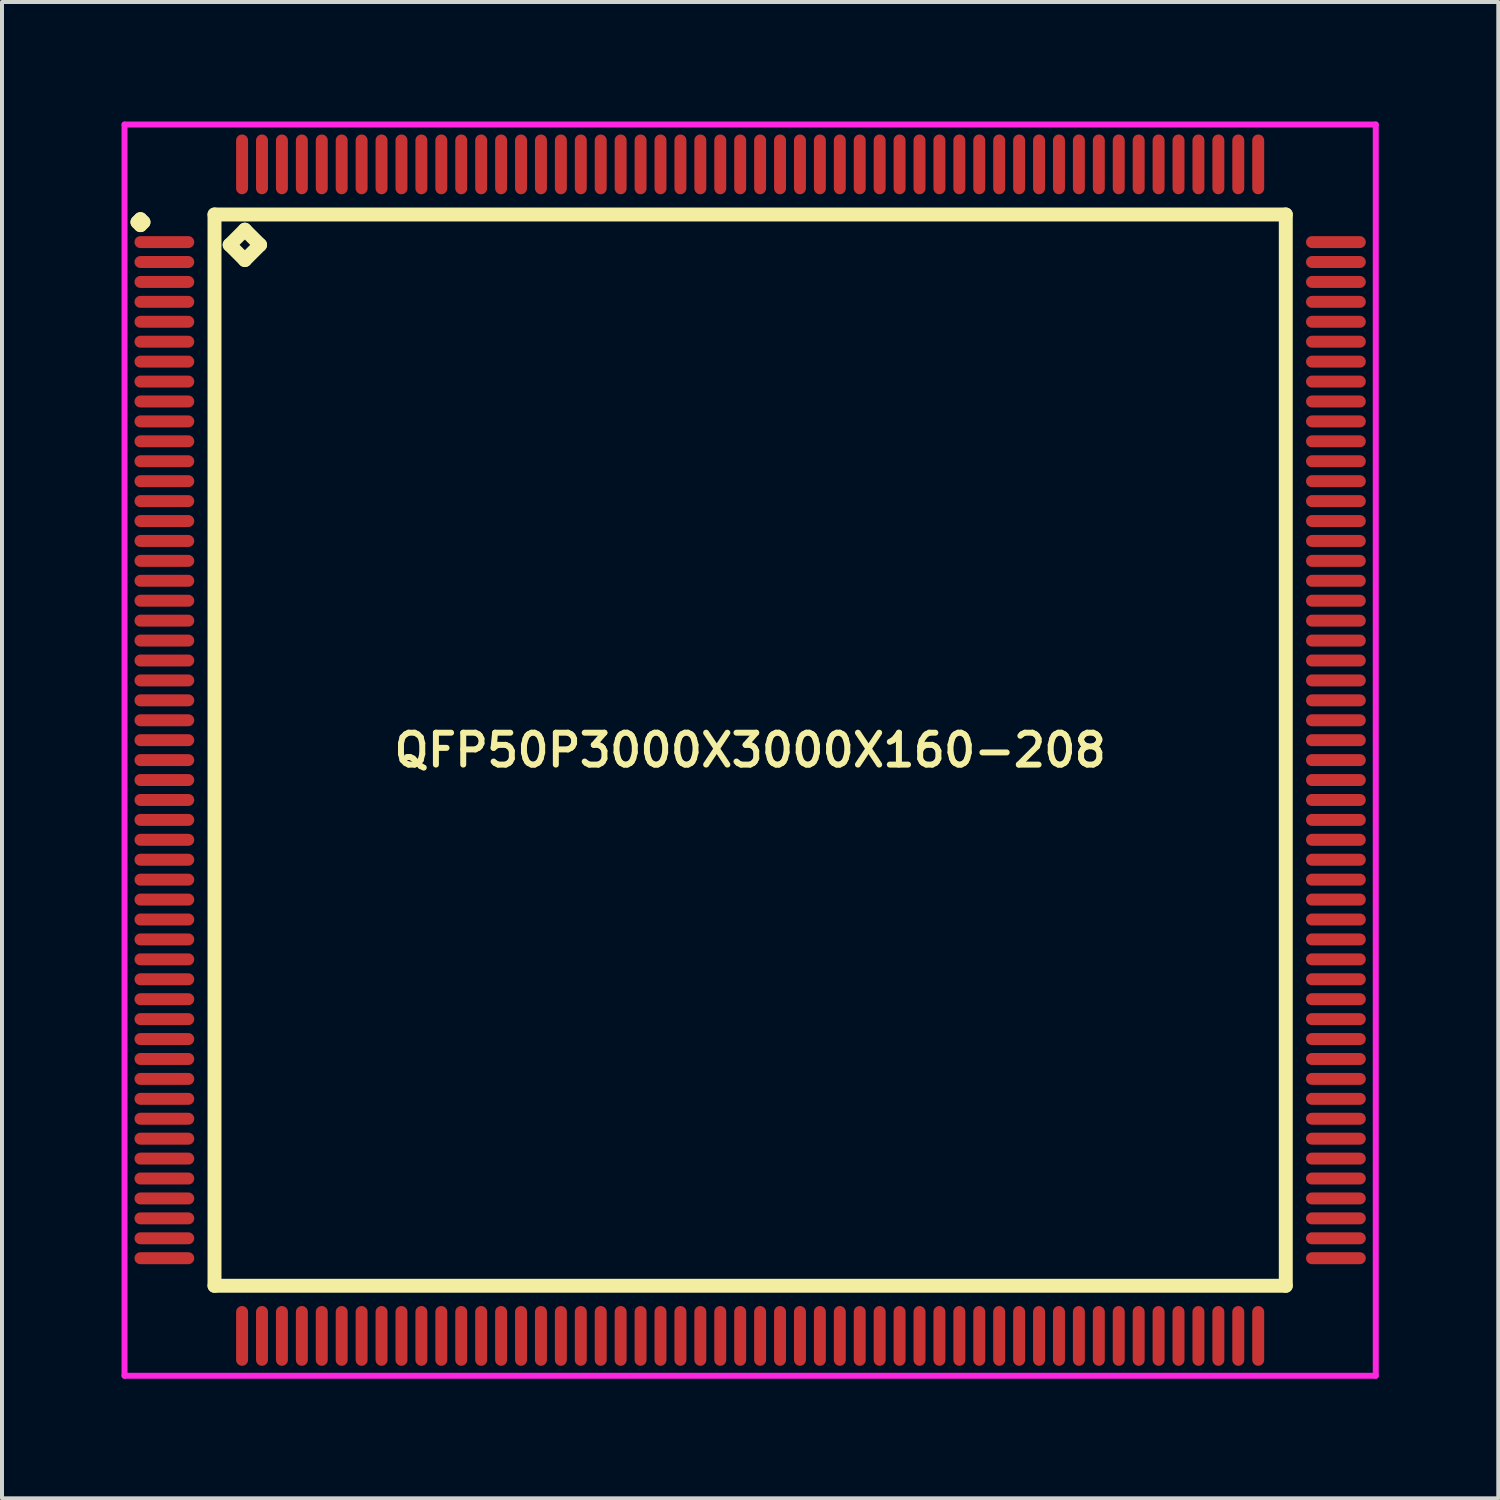
<source format=kicad_pcb>
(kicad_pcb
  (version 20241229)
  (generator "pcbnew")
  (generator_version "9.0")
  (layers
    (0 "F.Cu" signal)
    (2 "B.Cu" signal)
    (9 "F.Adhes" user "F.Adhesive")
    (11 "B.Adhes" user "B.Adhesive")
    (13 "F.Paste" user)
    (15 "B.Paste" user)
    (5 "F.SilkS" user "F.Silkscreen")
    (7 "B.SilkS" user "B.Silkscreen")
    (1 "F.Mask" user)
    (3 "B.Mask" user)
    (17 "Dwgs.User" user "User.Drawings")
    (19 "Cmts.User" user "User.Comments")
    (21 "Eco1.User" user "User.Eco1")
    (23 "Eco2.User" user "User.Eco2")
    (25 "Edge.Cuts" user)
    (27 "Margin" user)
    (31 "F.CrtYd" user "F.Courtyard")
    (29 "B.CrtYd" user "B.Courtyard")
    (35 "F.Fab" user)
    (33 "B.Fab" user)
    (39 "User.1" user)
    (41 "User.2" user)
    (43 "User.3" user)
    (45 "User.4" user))
  (footprint "QFP50P3000X3000X160-208"
    (layer "F.Cu")
    (at 15.775 15.775)
    (property "Reference" "QFP50P3000X3000X160-208" (at 0 0 0) (layer "F.SilkS") (effects (font (size 0.8 0.8) (thickness 0.15))))
    (attr smd)
    (fp_line (start -15.375 -13.25) (end -15.3 -13.325) (stroke (width 0.35) (type solid)) (layer "F.SilkS"))
    (fp_line (start -15.3 -13.325) (end -15.225 -13.25) (stroke (width 0.35) (type solid)) (layer "F.SilkS"))
    (fp_line (start -15.3 -13.175) (end -15.375 -13.25) (stroke (width 0.35) (type solid)) (layer "F.SilkS"))
    (fp_line (start -15.225 -13.25) (end -15.3 -13.175) (stroke (width 0.35) (type solid)) (layer "F.SilkS"))
    (fp_line (start -13.442 -13.442) (end -13.442 13.442) (stroke (width 0.35) (type solid)) (layer "F.SilkS"))
    (fp_line (start -13.442 13.442) (end 13.442 13.442) (stroke (width 0.35) (type solid)) (layer "F.SilkS"))
    (fp_line (start -13.061 -12.68) (end -12.68 -13.061) (stroke (width 0.35) (type solid)) (layer "F.SilkS"))
    (fp_line (start -12.68 -13.061) (end -12.299 -12.68) (stroke (width 0.35) (type solid)) (layer "F.SilkS"))
    (fp_line (start -12.68 -12.299) (end -13.061 -12.68) (stroke (width 0.35) (type solid)) (layer "F.SilkS"))
    (fp_line (start -12.299 -12.68) (end -12.68 -12.299) (stroke (width 0.35) (type solid)) (layer "F.SilkS"))
    (fp_line (start 13.442 -13.442) (end -13.442 -13.442) (stroke (width 0.35) (type solid)) (layer "F.SilkS"))
    (fp_line (start 13.442 13.442) (end 13.442 -13.442) (stroke (width 0.35) (type solid)) (layer "F.SilkS"))
    (fp_line (start -15.7 -15.7) (end 15.7 -15.7) (stroke (width 0.15) (type solid)) (layer "F.CrtYd"))
    (fp_line (start -15.7 15.7) (end -15.7 -15.7) (stroke (width 0.15) (type solid)) (layer "F.CrtYd"))
    (fp_line (start 15.7 -15.7) (end 15.7 15.7) (stroke (width 0.15) (type solid)) (layer "F.CrtYd"))
    (fp_line (start 15.7 15.7) (end -15.7 15.7) (stroke (width 0.15) (type solid)) (layer "F.CrtYd"))
    (pad "1" smd oval (at -14.7 -12.75) (size 1.5 0.3) (layers "F.Cu" "F.Mask" "F.Paste"))
    (pad "2" smd oval (at -14.7 -12.25) (size 1.5 0.3) (layers "F.Cu" "F.Mask" "F.Paste"))
    (pad "3" smd oval (at -14.7 -11.75) (size 1.5 0.3) (layers "F.Cu" "F.Mask" "F.Paste"))
    (pad "4" smd oval (at -14.7 -11.25) (size 1.5 0.3) (layers "F.Cu" "F.Mask" "F.Paste"))
    (pad "5" smd oval (at -14.7 -10.75) (size 1.5 0.3) (layers "F.Cu" "F.Mask" "F.Paste"))
    (pad "6" smd oval (at -14.7 -10.25) (size 1.5 0.3) (layers "F.Cu" "F.Mask" "F.Paste"))
    (pad "7" smd oval (at -14.7 -9.75) (size 1.5 0.3) (layers "F.Cu" "F.Mask" "F.Paste"))
    (pad "8" smd oval (at -14.7 -9.25) (size 1.5 0.3) (layers "F.Cu" "F.Mask" "F.Paste"))
    (pad "9" smd oval (at -14.7 -8.75) (size 1.5 0.3) (layers "F.Cu" "F.Mask" "F.Paste"))
    (pad "10" smd oval (at -14.7 -8.25) (size 1.5 0.3) (layers "F.Cu" "F.Mask" "F.Paste"))
    (pad "11" smd oval (at -14.7 -7.75) (size 1.5 0.3) (layers "F.Cu" "F.Mask" "F.Paste"))
    (pad "12" smd oval (at -14.7 -7.25) (size 1.5 0.3) (layers "F.Cu" "F.Mask" "F.Paste"))
    (pad "13" smd oval (at -14.7 -6.75) (size 1.5 0.3) (layers "F.Cu" "F.Mask" "F.Paste"))
    (pad "14" smd oval (at -14.7 -6.25) (size 1.5 0.3) (layers "F.Cu" "F.Mask" "F.Paste"))
    (pad "15" smd oval (at -14.7 -5.75) (size 1.5 0.3) (layers "F.Cu" "F.Mask" "F.Paste"))
    (pad "16" smd oval (at -14.7 -5.25) (size 1.5 0.3) (layers "F.Cu" "F.Mask" "F.Paste"))
    (pad "17" smd oval (at -14.7 -4.75) (size 1.5 0.3) (layers "F.Cu" "F.Mask" "F.Paste"))
    (pad "18" smd oval (at -14.7 -4.25) (size 1.5 0.3) (layers "F.Cu" "F.Mask" "F.Paste"))
    (pad "19" smd oval (at -14.7 -3.75) (size 1.5 0.3) (layers "F.Cu" "F.Mask" "F.Paste"))
    (pad "20" smd oval (at -14.7 -3.25) (size 1.5 0.3) (layers "F.Cu" "F.Mask" "F.Paste"))
    (pad "21" smd oval (at -14.7 -2.75) (size 1.5 0.3) (layers "F.Cu" "F.Mask" "F.Paste"))
    (pad "22" smd oval (at -14.7 -2.25) (size 1.5 0.3) (layers "F.Cu" "F.Mask" "F.Paste"))
    (pad "23" smd oval (at -14.7 -1.75) (size 1.5 0.3) (layers "F.Cu" "F.Mask" "F.Paste"))
    (pad "24" smd oval (at -14.7 -1.25) (size 1.5 0.3) (layers "F.Cu" "F.Mask" "F.Paste"))
    (pad "25" smd oval (at -14.7 -0.75) (size 1.5 0.3) (layers "F.Cu" "F.Mask" "F.Paste"))
    (pad "26" smd oval (at -14.7 -0.25) (size 1.5 0.3) (layers "F.Cu" "F.Mask" "F.Paste"))
    (pad "27" smd oval (at -14.7 0.25) (size 1.5 0.3) (layers "F.Cu" "F.Mask" "F.Paste"))
    (pad "28" smd oval (at -14.7 0.75) (size 1.5 0.3) (layers "F.Cu" "F.Mask" "F.Paste"))
    (pad "29" smd oval (at -14.7 1.25) (size 1.5 0.3) (layers "F.Cu" "F.Mask" "F.Paste"))
    (pad "30" smd oval (at -14.7 1.75) (size 1.5 0.3) (layers "F.Cu" "F.Mask" "F.Paste"))
    (pad "31" smd oval (at -14.7 2.25) (size 1.5 0.3) (layers "F.Cu" "F.Mask" "F.Paste"))
    (pad "32" smd oval (at -14.7 2.75) (size 1.5 0.3) (layers "F.Cu" "F.Mask" "F.Paste"))
    (pad "33" smd oval (at -14.7 3.25) (size 1.5 0.3) (layers "F.Cu" "F.Mask" "F.Paste"))
    (pad "34" smd oval (at -14.7 3.75) (size 1.5 0.3) (layers "F.Cu" "F.Mask" "F.Paste"))
    (pad "35" smd oval (at -14.7 4.25) (size 1.5 0.3) (layers "F.Cu" "F.Mask" "F.Paste"))
    (pad "36" smd oval (at -14.7 4.75) (size 1.5 0.3) (layers "F.Cu" "F.Mask" "F.Paste"))
    (pad "37" smd oval (at -14.7 5.25) (size 1.5 0.3) (layers "F.Cu" "F.Mask" "F.Paste"))
    (pad "38" smd oval (at -14.7 5.75) (size 1.5 0.3) (layers "F.Cu" "F.Mask" "F.Paste"))
    (pad "39" smd oval (at -14.7 6.25) (size 1.5 0.3) (layers "F.Cu" "F.Mask" "F.Paste"))
    (pad "40" smd oval (at -14.7 6.75) (size 1.5 0.3) (layers "F.Cu" "F.Mask" "F.Paste"))
    (pad "41" smd oval (at -14.7 7.25) (size 1.5 0.3) (layers "F.Cu" "F.Mask" "F.Paste"))
    (pad "42" smd oval (at -14.7 7.75) (size 1.5 0.3) (layers "F.Cu" "F.Mask" "F.Paste"))
    (pad "43" smd oval (at -14.7 8.25) (size 1.5 0.3) (layers "F.Cu" "F.Mask" "F.Paste"))
    (pad "44" smd oval (at -14.7 8.75) (size 1.5 0.3) (layers "F.Cu" "F.Mask" "F.Paste"))
    (pad "45" smd oval (at -14.7 9.25) (size 1.5 0.3) (layers "F.Cu" "F.Mask" "F.Paste"))
    (pad "46" smd oval (at -14.7 9.75) (size 1.5 0.3) (layers "F.Cu" "F.Mask" "F.Paste"))
    (pad "47" smd oval (at -14.7 10.25) (size 1.5 0.3) (layers "F.Cu" "F.Mask" "F.Paste"))
    (pad "48" smd oval (at -14.7 10.75) (size 1.5 0.3) (layers "F.Cu" "F.Mask" "F.Paste"))
    (pad "49" smd oval (at -14.7 11.25) (size 1.5 0.3) (layers "F.Cu" "F.Mask" "F.Paste"))
    (pad "50" smd oval (at -14.7 11.75) (size 1.5 0.3) (layers "F.Cu" "F.Mask" "F.Paste"))
    (pad "51" smd oval (at -14.7 12.25) (size 1.5 0.3) (layers "F.Cu" "F.Mask" "F.Paste"))
    (pad "52" smd oval (at -14.7 12.75) (size 1.5 0.3) (layers "F.Cu" "F.Mask" "F.Paste"))
    (pad "53" smd oval (at -12.75 14.7) (size 0.3 1.5) (layers "F.Cu" "F.Mask" "F.Paste"))
    (pad "54" smd oval (at -12.25 14.7) (size 0.3 1.5) (layers "F.Cu" "F.Mask" "F.Paste"))
    (pad "55" smd oval (at -11.75 14.7) (size 0.3 1.5) (layers "F.Cu" "F.Mask" "F.Paste"))
    (pad "56" smd oval (at -11.25 14.7) (size 0.3 1.5) (layers "F.Cu" "F.Mask" "F.Paste"))
    (pad "57" smd oval (at -10.75 14.7) (size 0.3 1.5) (layers "F.Cu" "F.Mask" "F.Paste"))
    (pad "58" smd oval (at -10.25 14.7) (size 0.3 1.5) (layers "F.Cu" "F.Mask" "F.Paste"))
    (pad "59" smd oval (at -9.75 14.7) (size 0.3 1.5) (layers "F.Cu" "F.Mask" "F.Paste"))
    (pad "60" smd oval (at -9.25 14.7) (size 0.3 1.5) (layers "F.Cu" "F.Mask" "F.Paste"))
    (pad "61" smd oval (at -8.75 14.7) (size 0.3 1.5) (layers "F.Cu" "F.Mask" "F.Paste"))
    (pad "62" smd oval (at -8.25 14.7) (size 0.3 1.5) (layers "F.Cu" "F.Mask" "F.Paste"))
    (pad "63" smd oval (at -7.75 14.7) (size 0.3 1.5) (layers "F.Cu" "F.Mask" "F.Paste"))
    (pad "64" smd oval (at -7.25 14.7) (size 0.3 1.5) (layers "F.Cu" "F.Mask" "F.Paste"))
    (pad "65" smd oval (at -6.75 14.7) (size 0.3 1.5) (layers "F.Cu" "F.Mask" "F.Paste"))
    (pad "66" smd oval (at -6.25 14.7) (size 0.3 1.5) (layers "F.Cu" "F.Mask" "F.Paste"))
    (pad "67" smd oval (at -5.75 14.7) (size 0.3 1.5) (layers "F.Cu" "F.Mask" "F.Paste"))
    (pad "68" smd oval (at -5.25 14.7) (size 0.3 1.5) (layers "F.Cu" "F.Mask" "F.Paste"))
    (pad "69" smd oval (at -4.75 14.7) (size 0.3 1.5) (layers "F.Cu" "F.Mask" "F.Paste"))
    (pad "70" smd oval (at -4.25 14.7) (size 0.3 1.5) (layers "F.Cu" "F.Mask" "F.Paste"))
    (pad "71" smd oval (at -3.75 14.7) (size 0.3 1.5) (layers "F.Cu" "F.Mask" "F.Paste"))
    (pad "72" smd oval (at -3.25 14.7) (size 0.3 1.5) (layers "F.Cu" "F.Mask" "F.Paste"))
    (pad "73" smd oval (at -2.75 14.7) (size 0.3 1.5) (layers "F.Cu" "F.Mask" "F.Paste"))
    (pad "74" smd oval (at -2.25 14.7) (size 0.3 1.5) (layers "F.Cu" "F.Mask" "F.Paste"))
    (pad "75" smd oval (at -1.75 14.7) (size 0.3 1.5) (layers "F.Cu" "F.Mask" "F.Paste"))
    (pad "76" smd oval (at -1.25 14.7) (size 0.3 1.5) (layers "F.Cu" "F.Mask" "F.Paste"))
    (pad "77" smd oval (at -0.75 14.7) (size 0.3 1.5) (layers "F.Cu" "F.Mask" "F.Paste"))
    (pad "78" smd oval (at -0.25 14.7) (size 0.3 1.5) (layers "F.Cu" "F.Mask" "F.Paste"))
    (pad "79" smd oval (at 0.25 14.7) (size 0.3 1.5) (layers "F.Cu" "F.Mask" "F.Paste"))
    (pad "80" smd oval (at 0.75 14.7) (size 0.3 1.5) (layers "F.Cu" "F.Mask" "F.Paste"))
    (pad "81" smd oval (at 1.25 14.7) (size 0.3 1.5) (layers "F.Cu" "F.Mask" "F.Paste"))
    (pad "82" smd oval (at 1.75 14.7) (size 0.3 1.5) (layers "F.Cu" "F.Mask" "F.Paste"))
    (pad "83" smd oval (at 2.25 14.7) (size 0.3 1.5) (layers "F.Cu" "F.Mask" "F.Paste"))
    (pad "84" smd oval (at 2.75 14.7) (size 0.3 1.5) (layers "F.Cu" "F.Mask" "F.Paste"))
    (pad "85" smd oval (at 3.25 14.7) (size 0.3 1.5) (layers "F.Cu" "F.Mask" "F.Paste"))
    (pad "86" smd oval (at 3.75 14.7) (size 0.3 1.5) (layers "F.Cu" "F.Mask" "F.Paste"))
    (pad "87" smd oval (at 4.25 14.7) (size 0.3 1.5) (layers "F.Cu" "F.Mask" "F.Paste"))
    (pad "88" smd oval (at 4.75 14.7) (size 0.3 1.5) (layers "F.Cu" "F.Mask" "F.Paste"))
    (pad "89" smd oval (at 5.25 14.7) (size 0.3 1.5) (layers "F.Cu" "F.Mask" "F.Paste"))
    (pad "90" smd oval (at 5.75 14.7) (size 0.3 1.5) (layers "F.Cu" "F.Mask" "F.Paste"))
    (pad "91" smd oval (at 6.25 14.7) (size 0.3 1.5) (layers "F.Cu" "F.Mask" "F.Paste"))
    (pad "92" smd oval (at 6.75 14.7) (size 0.3 1.5) (layers "F.Cu" "F.Mask" "F.Paste"))
    (pad "93" smd oval (at 7.25 14.7) (size 0.3 1.5) (layers "F.Cu" "F.Mask" "F.Paste"))
    (pad "94" smd oval (at 7.75 14.7) (size 0.3 1.5) (layers "F.Cu" "F.Mask" "F.Paste"))
    (pad "95" smd oval (at 8.25 14.7) (size 0.3 1.5) (layers "F.Cu" "F.Mask" "F.Paste"))
    (pad "96" smd oval (at 8.75 14.7) (size 0.3 1.5) (layers "F.Cu" "F.Mask" "F.Paste"))
    (pad "97" smd oval (at 9.25 14.7) (size 0.3 1.5) (layers "F.Cu" "F.Mask" "F.Paste"))
    (pad "98" smd oval (at 9.75 14.7) (size 0.3 1.5) (layers "F.Cu" "F.Mask" "F.Paste"))
    (pad "99" smd oval (at 10.25 14.7) (size 0.3 1.5) (layers "F.Cu" "F.Mask" "F.Paste"))
    (pad "100" smd oval (at 10.75 14.7) (size 0.3 1.5) (layers "F.Cu" "F.Mask" "F.Paste"))
    (pad "101" smd oval (at 11.25 14.7) (size 0.3 1.5) (layers "F.Cu" "F.Mask" "F.Paste"))
    (pad "102" smd oval (at 11.75 14.7) (size 0.3 1.5) (layers "F.Cu" "F.Mask" "F.Paste"))
    (pad "103" smd oval (at 12.25 14.7) (size 0.3 1.5) (layers "F.Cu" "F.Mask" "F.Paste"))
    (pad "104" smd oval (at 12.75 14.7) (size 0.3 1.5) (layers "F.Cu" "F.Mask" "F.Paste"))
    (pad "105" smd oval (at 14.7 12.75) (size 1.5 0.3) (layers "F.Cu" "F.Mask" "F.Paste"))
    (pad "106" smd oval (at 14.7 12.25) (size 1.5 0.3) (layers "F.Cu" "F.Mask" "F.Paste"))
    (pad "107" smd oval (at 14.7 11.75) (size 1.5 0.3) (layers "F.Cu" "F.Mask" "F.Paste"))
    (pad "108" smd oval (at 14.7 11.25) (size 1.5 0.3) (layers "F.Cu" "F.Mask" "F.Paste"))
    (pad "109" smd oval (at 14.7 10.75) (size 1.5 0.3) (layers "F.Cu" "F.Mask" "F.Paste"))
    (pad "110" smd oval (at 14.7 10.25) (size 1.5 0.3) (layers "F.Cu" "F.Mask" "F.Paste"))
    (pad "111" smd oval (at 14.7 9.75) (size 1.5 0.3) (layers "F.Cu" "F.Mask" "F.Paste"))
    (pad "112" smd oval (at 14.7 9.25) (size 1.5 0.3) (layers "F.Cu" "F.Mask" "F.Paste"))
    (pad "113" smd oval (at 14.7 8.75) (size 1.5 0.3) (layers "F.Cu" "F.Mask" "F.Paste"))
    (pad "114" smd oval (at 14.7 8.25) (size 1.5 0.3) (layers "F.Cu" "F.Mask" "F.Paste"))
    (pad "115" smd oval (at 14.7 7.75) (size 1.5 0.3) (layers "F.Cu" "F.Mask" "F.Paste"))
    (pad "116" smd oval (at 14.7 7.25) (size 1.5 0.3) (layers "F.Cu" "F.Mask" "F.Paste"))
    (pad "117" smd oval (at 14.7 6.75) (size 1.5 0.3) (layers "F.Cu" "F.Mask" "F.Paste"))
    (pad "118" smd oval (at 14.7 6.25) (size 1.5 0.3) (layers "F.Cu" "F.Mask" "F.Paste"))
    (pad "119" smd oval (at 14.7 5.75) (size 1.5 0.3) (layers "F.Cu" "F.Mask" "F.Paste"))
    (pad "120" smd oval (at 14.7 5.25) (size 1.5 0.3) (layers "F.Cu" "F.Mask" "F.Paste"))
    (pad "121" smd oval (at 14.7 4.75) (size 1.5 0.3) (layers "F.Cu" "F.Mask" "F.Paste"))
    (pad "122" smd oval (at 14.7 4.25) (size 1.5 0.3) (layers "F.Cu" "F.Mask" "F.Paste"))
    (pad "123" smd oval (at 14.7 3.75) (size 1.5 0.3) (layers "F.Cu" "F.Mask" "F.Paste"))
    (pad "124" smd oval (at 14.7 3.25) (size 1.5 0.3) (layers "F.Cu" "F.Mask" "F.Paste"))
    (pad "125" smd oval (at 14.7 2.75) (size 1.5 0.3) (layers "F.Cu" "F.Mask" "F.Paste"))
    (pad "126" smd oval (at 14.7 2.25) (size 1.5 0.3) (layers "F.Cu" "F.Mask" "F.Paste"))
    (pad "127" smd oval (at 14.7 1.75) (size 1.5 0.3) (layers "F.Cu" "F.Mask" "F.Paste"))
    (pad "128" smd oval (at 14.7 1.25) (size 1.5 0.3) (layers "F.Cu" "F.Mask" "F.Paste"))
    (pad "129" smd oval (at 14.7 0.75) (size 1.5 0.3) (layers "F.Cu" "F.Mask" "F.Paste"))
    (pad "130" smd oval (at 14.7 0.25) (size 1.5 0.3) (layers "F.Cu" "F.Mask" "F.Paste"))
    (pad "131" smd oval (at 14.7 -0.25) (size 1.5 0.3) (layers "F.Cu" "F.Mask" "F.Paste"))
    (pad "132" smd oval (at 14.7 -0.75) (size 1.5 0.3) (layers "F.Cu" "F.Mask" "F.Paste"))
    (pad "133" smd oval (at 14.7 -1.25) (size 1.5 0.3) (layers "F.Cu" "F.Mask" "F.Paste"))
    (pad "134" smd oval (at 14.7 -1.75) (size 1.5 0.3) (layers "F.Cu" "F.Mask" "F.Paste"))
    (pad "135" smd oval (at 14.7 -2.25) (size 1.5 0.3) (layers "F.Cu" "F.Mask" "F.Paste"))
    (pad "136" smd oval (at 14.7 -2.75) (size 1.5 0.3) (layers "F.Cu" "F.Mask" "F.Paste"))
    (pad "137" smd oval (at 14.7 -3.25) (size 1.5 0.3) (layers "F.Cu" "F.Mask" "F.Paste"))
    (pad "138" smd oval (at 14.7 -3.75) (size 1.5 0.3) (layers "F.Cu" "F.Mask" "F.Paste"))
    (pad "139" smd oval (at 14.7 -4.25) (size 1.5 0.3) (layers "F.Cu" "F.Mask" "F.Paste"))
    (pad "140" smd oval (at 14.7 -4.75) (size 1.5 0.3) (layers "F.Cu" "F.Mask" "F.Paste"))
    (pad "141" smd oval (at 14.7 -5.25) (size 1.5 0.3) (layers "F.Cu" "F.Mask" "F.Paste"))
    (pad "142" smd oval (at 14.7 -5.75) (size 1.5 0.3) (layers "F.Cu" "F.Mask" "F.Paste"))
    (pad "143" smd oval (at 14.7 -6.25) (size 1.5 0.3) (layers "F.Cu" "F.Mask" "F.Paste"))
    (pad "144" smd oval (at 14.7 -6.75) (size 1.5 0.3) (layers "F.Cu" "F.Mask" "F.Paste"))
    (pad "145" smd oval (at 14.7 -7.25) (size 1.5 0.3) (layers "F.Cu" "F.Mask" "F.Paste"))
    (pad "146" smd oval (at 14.7 -7.75) (size 1.5 0.3) (layers "F.Cu" "F.Mask" "F.Paste"))
    (pad "147" smd oval (at 14.7 -8.25) (size 1.5 0.3) (layers "F.Cu" "F.Mask" "F.Paste"))
    (pad "148" smd oval (at 14.7 -8.75) (size 1.5 0.3) (layers "F.Cu" "F.Mask" "F.Paste"))
    (pad "149" smd oval (at 14.7 -9.25) (size 1.5 0.3) (layers "F.Cu" "F.Mask" "F.Paste"))
    (pad "150" smd oval (at 14.7 -9.75) (size 1.5 0.3) (layers "F.Cu" "F.Mask" "F.Paste"))
    (pad "151" smd oval (at 14.7 -10.25) (size 1.5 0.3) (layers "F.Cu" "F.Mask" "F.Paste"))
    (pad "152" smd oval (at 14.7 -10.75) (size 1.5 0.3) (layers "F.Cu" "F.Mask" "F.Paste"))
    (pad "153" smd oval (at 14.7 -11.25) (size 1.5 0.3) (layers "F.Cu" "F.Mask" "F.Paste"))
    (pad "154" smd oval (at 14.7 -11.75) (size 1.5 0.3) (layers "F.Cu" "F.Mask" "F.Paste"))
    (pad "155" smd oval (at 14.7 -12.25) (size 1.5 0.3) (layers "F.Cu" "F.Mask" "F.Paste"))
    (pad "156" smd oval (at 14.7 -12.75) (size 1.5 0.3) (layers "F.Cu" "F.Mask" "F.Paste"))
    (pad "157" smd oval (at 12.75 -14.7) (size 0.3 1.5) (layers "F.Cu" "F.Mask" "F.Paste"))
    (pad "158" smd oval (at 12.25 -14.7) (size 0.3 1.5) (layers "F.Cu" "F.Mask" "F.Paste"))
    (pad "159" smd oval (at 11.75 -14.7) (size 0.3 1.5) (layers "F.Cu" "F.Mask" "F.Paste"))
    (pad "160" smd oval (at 11.25 -14.7) (size 0.3 1.5) (layers "F.Cu" "F.Mask" "F.Paste"))
    (pad "161" smd oval (at 10.75 -14.7) (size 0.3 1.5) (layers "F.Cu" "F.Mask" "F.Paste"))
    (pad "162" smd oval (at 10.25 -14.7) (size 0.3 1.5) (layers "F.Cu" "F.Mask" "F.Paste"))
    (pad "163" smd oval (at 9.75 -14.7) (size 0.3 1.5) (layers "F.Cu" "F.Mask" "F.Paste"))
    (pad "164" smd oval (at 9.25 -14.7) (size 0.3 1.5) (layers "F.Cu" "F.Mask" "F.Paste"))
    (pad "165" smd oval (at 8.75 -14.7) (size 0.3 1.5) (layers "F.Cu" "F.Mask" "F.Paste"))
    (pad "166" smd oval (at 8.25 -14.7) (size 0.3 1.5) (layers "F.Cu" "F.Mask" "F.Paste"))
    (pad "167" smd oval (at 7.75 -14.7) (size 0.3 1.5) (layers "F.Cu" "F.Mask" "F.Paste"))
    (pad "168" smd oval (at 7.25 -14.7) (size 0.3 1.5) (layers "F.Cu" "F.Mask" "F.Paste"))
    (pad "169" smd oval (at 6.75 -14.7) (size 0.3 1.5) (layers "F.Cu" "F.Mask" "F.Paste"))
    (pad "170" smd oval (at 6.25 -14.7) (size 0.3 1.5) (layers "F.Cu" "F.Mask" "F.Paste"))
    (pad "171" smd oval (at 5.75 -14.7) (size 0.3 1.5) (layers "F.Cu" "F.Mask" "F.Paste"))
    (pad "172" smd oval (at 5.25 -14.7) (size 0.3 1.5) (layers "F.Cu" "F.Mask" "F.Paste"))
    (pad "173" smd oval (at 4.75 -14.7) (size 0.3 1.5) (layers "F.Cu" "F.Mask" "F.Paste"))
    (pad "174" smd oval (at 4.25 -14.7) (size 0.3 1.5) (layers "F.Cu" "F.Mask" "F.Paste"))
    (pad "175" smd oval (at 3.75 -14.7) (size 0.3 1.5) (layers "F.Cu" "F.Mask" "F.Paste"))
    (pad "176" smd oval (at 3.25 -14.7) (size 0.3 1.5) (layers "F.Cu" "F.Mask" "F.Paste"))
    (pad "177" smd oval (at 2.75 -14.7) (size 0.3 1.5) (layers "F.Cu" "F.Mask" "F.Paste"))
    (pad "178" smd oval (at 2.25 -14.7) (size 0.3 1.5) (layers "F.Cu" "F.Mask" "F.Paste"))
    (pad "179" smd oval (at 1.75 -14.7) (size 0.3 1.5) (layers "F.Cu" "F.Mask" "F.Paste"))
    (pad "180" smd oval (at 1.25 -14.7) (size 0.3 1.5) (layers "F.Cu" "F.Mask" "F.Paste"))
    (pad "181" smd oval (at 0.75 -14.7) (size 0.3 1.5) (layers "F.Cu" "F.Mask" "F.Paste"))
    (pad "182" smd oval (at 0.25 -14.7) (size 0.3 1.5) (layers "F.Cu" "F.Mask" "F.Paste"))
    (pad "183" smd oval (at -0.25 -14.7) (size 0.3 1.5) (layers "F.Cu" "F.Mask" "F.Paste"))
    (pad "184" smd oval (at -0.75 -14.7) (size 0.3 1.5) (layers "F.Cu" "F.Mask" "F.Paste"))
    (pad "185" smd oval (at -1.25 -14.7) (size 0.3 1.5) (layers "F.Cu" "F.Mask" "F.Paste"))
    (pad "186" smd oval (at -1.75 -14.7) (size 0.3 1.5) (layers "F.Cu" "F.Mask" "F.Paste"))
    (pad "187" smd oval (at -2.25 -14.7) (size 0.3 1.5) (layers "F.Cu" "F.Mask" "F.Paste"))
    (pad "188" smd oval (at -2.75 -14.7) (size 0.3 1.5) (layers "F.Cu" "F.Mask" "F.Paste"))
    (pad "189" smd oval (at -3.25 -14.7) (size 0.3 1.5) (layers "F.Cu" "F.Mask" "F.Paste"))
    (pad "190" smd oval (at -3.75 -14.7) (size 0.3 1.5) (layers "F.Cu" "F.Mask" "F.Paste"))
    (pad "191" smd oval (at -4.25 -14.7) (size 0.3 1.5) (layers "F.Cu" "F.Mask" "F.Paste"))
    (pad "192" smd oval (at -4.75 -14.7) (size 0.3 1.5) (layers "F.Cu" "F.Mask" "F.Paste"))
    (pad "193" smd oval (at -5.25 -14.7) (size 0.3 1.5) (layers "F.Cu" "F.Mask" "F.Paste"))
    (pad "194" smd oval (at -5.75 -14.7) (size 0.3 1.5) (layers "F.Cu" "F.Mask" "F.Paste"))
    (pad "195" smd oval (at -6.25 -14.7) (size 0.3 1.5) (layers "F.Cu" "F.Mask" "F.Paste"))
    (pad "196" smd oval (at -6.75 -14.7) (size 0.3 1.5) (layers "F.Cu" "F.Mask" "F.Paste"))
    (pad "197" smd oval (at -7.25 -14.7) (size 0.3 1.5) (layers "F.Cu" "F.Mask" "F.Paste"))
    (pad "198" smd oval (at -7.75 -14.7) (size 0.3 1.5) (layers "F.Cu" "F.Mask" "F.Paste"))
    (pad "199" smd oval (at -8.25 -14.7) (size 0.3 1.5) (layers "F.Cu" "F.Mask" "F.Paste"))
    (pad "200" smd oval (at -8.75 -14.7) (size 0.3 1.5) (layers "F.Cu" "F.Mask" "F.Paste"))
    (pad "201" smd oval (at -9.25 -14.7) (size 0.3 1.5) (layers "F.Cu" "F.Mask" "F.Paste"))
    (pad "202" smd oval (at -9.75 -14.7) (size 0.3 1.5) (layers "F.Cu" "F.Mask" "F.Paste"))
    (pad "203" smd oval (at -10.25 -14.7) (size 0.3 1.5) (layers "F.Cu" "F.Mask" "F.Paste"))
    (pad "204" smd oval (at -10.75 -14.7) (size 0.3 1.5) (layers "F.Cu" "F.Mask" "F.Paste"))
    (pad "205" smd oval (at -11.25 -14.7) (size 0.3 1.5) (layers "F.Cu" "F.Mask" "F.Paste"))
    (pad "206" smd oval (at -11.75 -14.7) (size 0.3 1.5) (layers "F.Cu" "F.Mask" "F.Paste"))
    (pad "207" smd oval (at -12.25 -14.7) (size 0.3 1.5) (layers "F.Cu" "F.Mask" "F.Paste"))
    (pad "208" smd oval (at -12.75 -14.7) (size 0.3 1.5) (layers "F.Cu" "F.Mask" "F.Paste")))
  (gr_rect
    (start -3 -3)
    (end 34.55 34.55)
    (stroke (width 0.1) (type default))
    (fill no)
    (layer "Edge.Cuts")))
</source>
